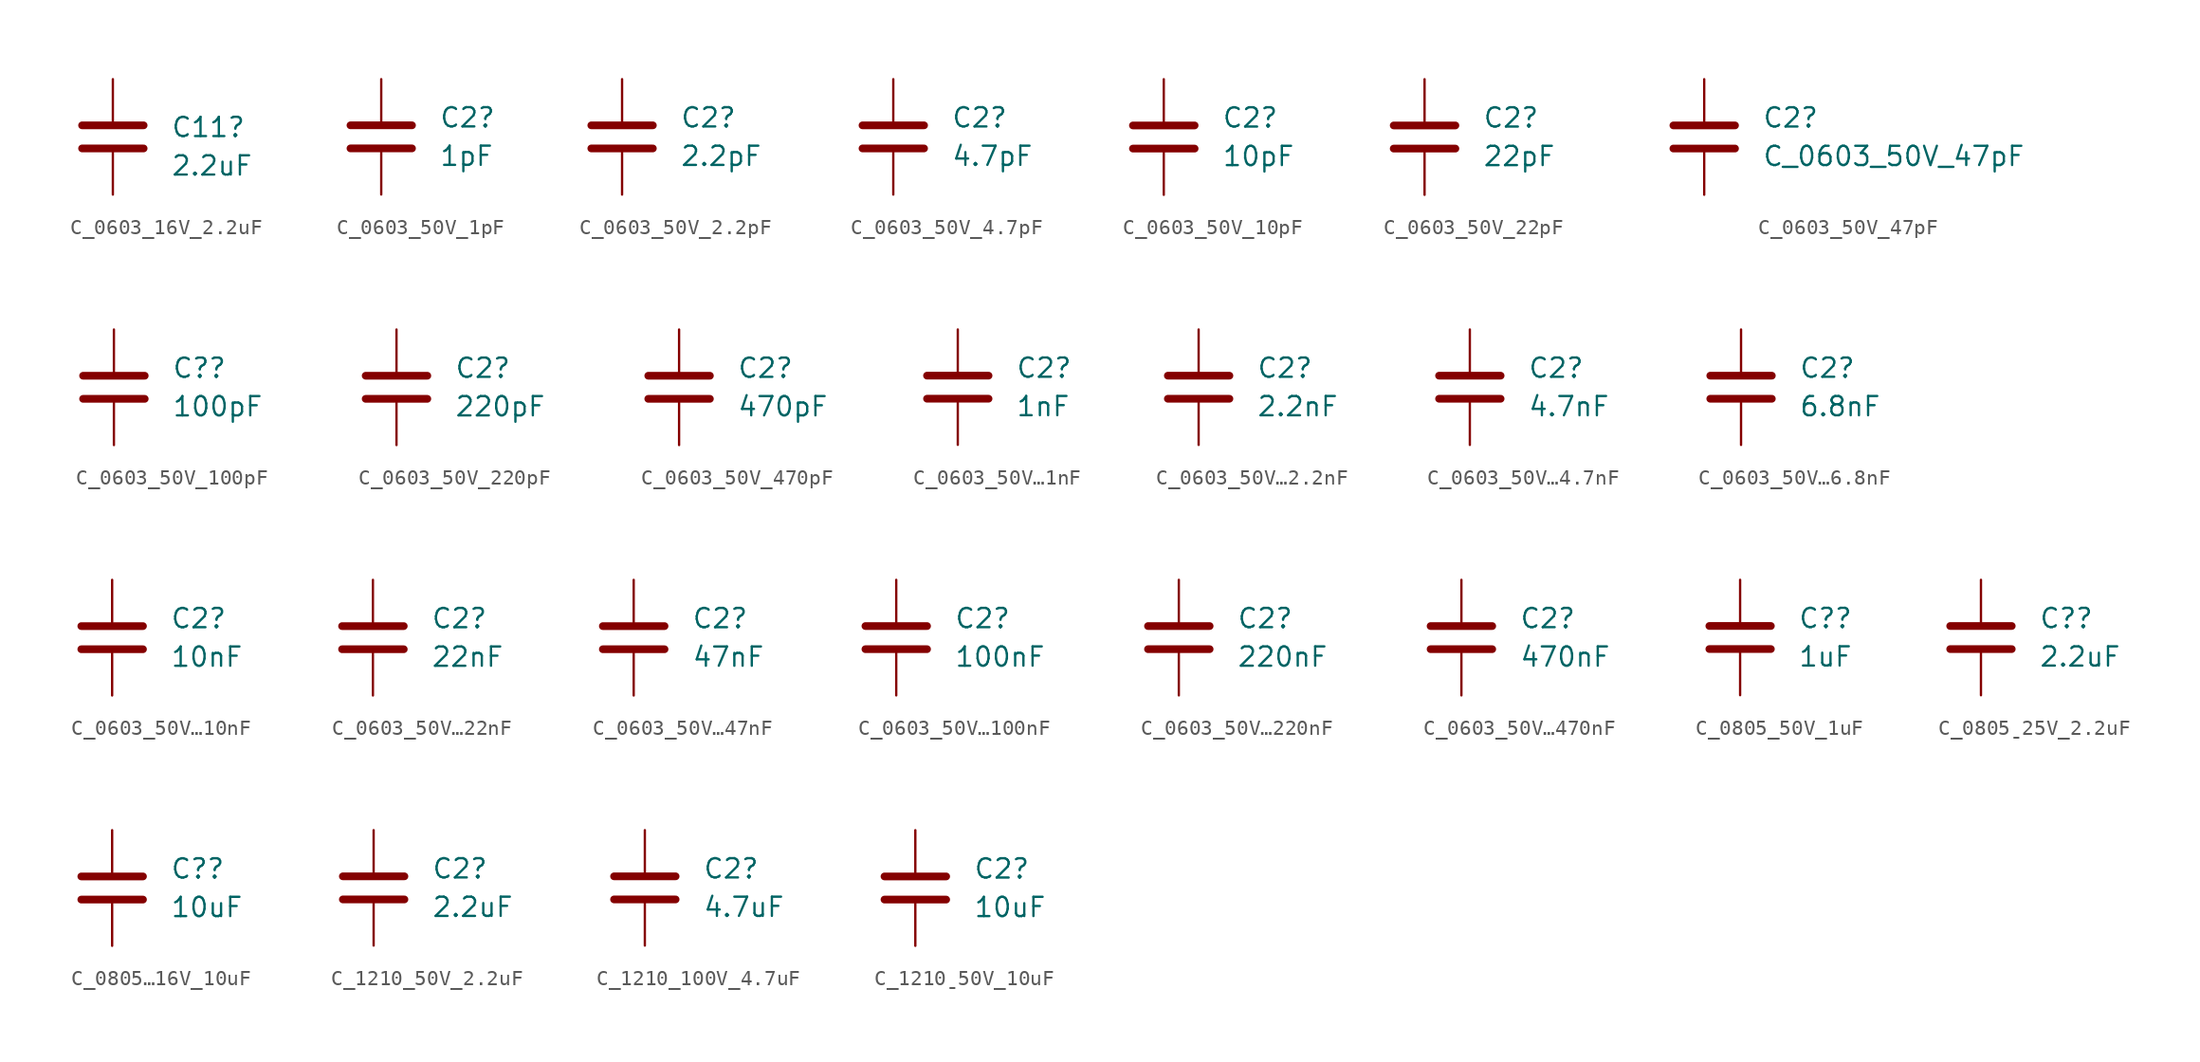
<source format=kicad_sym>
(kicad_symbol_lib
  (version 20231120)
  (generator "kicad_symbol_editor")
  (generator_version "8.0")
  (symbol "C_0603_16V_2.2uF"
    (pin_numbers hide)
    (pin_names
      (offset 0.254))
    (property "Reference" "C11"
      (at 3.81 0.635 0)
      (effects (font (size 1.27 1.27)) (justify left)))
    (property "Value" "2.2uF"
      (at 3.81 -1.905 0)
      (effects (font (size 1.27 1.27)) (justify left)))
    (symbol "C_0603_16V_2.2uF_0_1"
      (polyline (pts (xy -2.032 -0.762) (xy 2.032 -0.762)) (stroke (width 0.508) (type default)) (fill (type none)))
      (polyline (pts (xy -2.032 0.762) (xy 2.032 0.762)) (stroke (width 0.508) (type default)) (fill (type none))))
    (symbol "C_0603_16V_2.2uF_1_1"
      (pin passive line (at 0 3.81 270) (length 2.794) (name "~" (effects (font (size 1.27 1.27)))) (number "1" (effects (font (size 1.27 1.27)))))
      (pin passive line (at 0 -3.81 90) (length 2.794) (name "~" (effects (font (size 1.27 1.27)))) (number "2" (effects (font (size 1.27 1.27)))))))
  (symbol "C_0603_50V_1pF"
    (pin_numbers hide)
    (pin_names
      (offset 0.254))
    (property "Reference" "C2"
      (at 3.81 1.27 0)
      (effects (font (size 1.27 1.27)) (justify left)))
    (property "Value" "1pF"
      (at 3.81 -1.27 0)
      (effects (font (size 1.27 1.27)) (justify left)))
    (symbol "C_0603_50V_1pF_0_1"
      (polyline (pts (xy -2.032 -0.762) (xy 2.032 -0.762)) (stroke (width 0.508) (type default)) (fill (type none)))
      (polyline (pts (xy -2.032 0.762) (xy 2.032 0.762)) (stroke (width 0.508) (type default)) (fill (type none))))
    (symbol "C_0603_50V_1pF_1_1"
      (pin passive line (at 0 3.81 270) (length 2.794) (name "~" (effects (font (size 1.27 1.27)))) (number "1" (effects (font (size 1.27 1.27)))))
      (pin passive line (at 0 -3.81 90) (length 2.794) (name "~" (effects (font (size 1.27 1.27)))) (number "2" (effects (font (size 1.27 1.27)))))))
  (symbol "C_0603_50V_2.2pF"
    (pin_numbers hide)
    (pin_names
      (offset 0.254))
    (property "Reference" "C2"
      (at 3.81 1.27 0)
      (effects (font (size 1.27 1.27)) (justify left)))
    (property "Value" "2.2pF"
      (at 3.81 -1.27 0)
      (effects (font (size 1.27 1.27)) (justify left)))
    (symbol "C_0603_50V_2.2pF_0_1"
      (polyline (pts (xy -2.032 -0.762) (xy 2.032 -0.762)) (stroke (width 0.508) (type default)) (fill (type none)))
      (polyline (pts (xy -2.032 0.762) (xy 2.032 0.762)) (stroke (width 0.508) (type default)) (fill (type none))))
    (symbol "C_0603_50V_2.2pF_1_1"
      (pin passive line (at 0 3.81 270) (length 2.794) (name "~" (effects (font (size 1.27 1.27)))) (number "1" (effects (font (size 1.27 1.27)))))
      (pin passive line (at 0 -3.81 90) (length 2.794) (name "~" (effects (font (size 1.27 1.27)))) (number "2" (effects (font (size 1.27 1.27)))))))
  (symbol "C_0603_50V_4.7pF"
    (pin_numbers hide)
    (pin_names
      (offset 0.254))
    (property "Reference" "C2"
      (at 3.81 1.27 0)
      (effects (font (size 1.27 1.27)) (justify left)))
    (property "Value" "4.7pF"
      (at 3.81 -1.27 0)
      (effects (font (size 1.27 1.27)) (justify left)))
    (symbol "C_0603_50V_4.7pF_0_1"
      (polyline (pts (xy -2.032 -0.762) (xy 2.032 -0.762)) (stroke (width 0.508) (type default)) (fill (type none)))
      (polyline (pts (xy -2.032 0.762) (xy 2.032 0.762)) (stroke (width 0.508) (type default)) (fill (type none))))
    (symbol "C_0603_50V_4.7pF_1_1"
      (pin passive line (at 0 3.81 270) (length 2.794) (name "~" (effects (font (size 1.27 1.27)))) (number "1" (effects (font (size 1.27 1.27)))))
      (pin passive line (at 0 -3.81 90) (length 2.794) (name "~" (effects (font (size 1.27 1.27)))) (number "2" (effects (font (size 1.27 1.27)))))))
  (symbol "C_0603_50V_10pF"
    (pin_numbers hide)
    (pin_names
      (offset 0.254))
    (property "Reference" "C2"
      (at 3.81 1.27 0)
      (effects (font (size 1.27 1.27)) (justify left)))
    (property "Value" "10pF"
      (at 3.81 -1.27 0)
      (effects (font (size 1.27 1.27)) (justify left)))
    (symbol "C_0603_50V_10pF_0_1"
      (polyline (pts (xy -2.032 -0.762) (xy 2.032 -0.762)) (stroke (width 0.508) (type default)) (fill (type none)))
      (polyline (pts (xy -2.032 0.762) (xy 2.032 0.762)) (stroke (width 0.508) (type default)) (fill (type none))))
    (symbol "C_0603_50V_10pF_1_1"
      (pin passive line (at 0 3.81 270) (length 2.794) (name "~" (effects (font (size 1.27 1.27)))) (number "1" (effects (font (size 1.27 1.27)))))
      (pin passive line (at 0 -3.81 90) (length 2.794) (name "~" (effects (font (size 1.27 1.27)))) (number "2" (effects (font (size 1.27 1.27)))))))
  (symbol "C_0603_50V_22pF"
    (pin_numbers hide)
    (pin_names
      (offset 0.254))
    (property "Reference" "C2"
      (at 3.81 1.27 0)
      (effects (font (size 1.27 1.27)) (justify left)))
    (property "Value" "22pF"
      (at 3.81 -1.27 0)
      (effects (font (size 1.27 1.27)) (justify left)))
    (symbol "C_0603_50V_22pF_0_1"
      (polyline (pts (xy -2.032 -0.762) (xy 2.032 -0.762)) (stroke (width 0.508) (type default)) (fill (type none)))
      (polyline (pts (xy -2.032 0.762) (xy 2.032 0.762)) (stroke (width 0.508) (type default)) (fill (type none))))
    (symbol "C_0603_50V_22pF_1_1"
      (pin passive line (at 0 3.81 270) (length 2.794) (name "~" (effects (font (size 1.27 1.27)))) (number "1" (effects (font (size 1.27 1.27)))))
      (pin passive line (at 0 -3.81 90) (length 2.794) (name "~" (effects (font (size 1.27 1.27)))) (number "2" (effects (font (size 1.27 1.27)))))))
  (symbol "C_0603_50V_47pF"
    (pin_numbers hide)
    (pin_names
      (offset 0.254))
    (property "Reference" "C2"
      (at 3.81 1.27 0)
      (effects (font (size 1.27 1.27)) (justify left)))
    (property "Value" "C_0603_50V_47pF"
      (at 3.81 -1.27 0)
      (effects (font (size 1.27 1.27)) (justify left)))
    (symbol "C_0603_50V_47pF_0_1"
      (polyline (pts (xy -2.032 -0.762) (xy 2.032 -0.762)) (stroke (width 0.508) (type default)) (fill (type none)))
      (polyline (pts (xy -2.032 0.762) (xy 2.032 0.762)) (stroke (width 0.508) (type default)) (fill (type none))))
    (symbol "C_0603_50V_47pF_1_1"
      (pin passive line (at 0 3.81 270) (length 2.794) (name "~" (effects (font (size 1.27 1.27)))) (number "1" (effects (font (size 1.27 1.27)))))
      (pin passive line (at 0 -3.81 90) (length 2.794) (name "~" (effects (font (size 1.27 1.27)))) (number "2" (effects (font (size 1.27 1.27)))))))
  (symbol "C_0603_50V_100pF"
    (pin_numbers hide)
    (pin_names
      (offset 0.254))
    (property "Reference" "C?"
      (at 3.81 1.27 0)
      (effects (font (size 1.27 1.27)) (justify left)))
    (property "Value" "100pF"
      (at 3.81 -1.27 0)
      (effects (font (size 1.27 1.27)) (justify left)))
    (symbol "C_0603_50V_100pF_0_1"
      (polyline (pts (xy -2.032 -0.762) (xy 2.032 -0.762)) (stroke (width 0.508) (type default)) (fill (type none)))
      (polyline (pts (xy -2.032 0.762) (xy 2.032 0.762)) (stroke (width 0.508) (type default)) (fill (type none))))
    (symbol "C_0603_50V_100pF_1_1"
      (pin passive line (at 0 3.81 270) (length 2.794) (name "~" (effects (font (size 1.27 1.27)))) (number "1" (effects (font (size 1.27 1.27)))))
      (pin passive line (at 0 -3.81 90) (length 2.794) (name "~" (effects (font (size 1.27 1.27)))) (number "2" (effects (font (size 1.27 1.27)))))))
  (symbol "C_0603_50V_220pF"
    (pin_numbers hide)
    (pin_names
      (offset 0.254))
    (property "Reference" "C2"
      (at 3.81 1.27 0)
      (effects (font (size 1.27 1.27)) (justify left)))
    (property "Value" "220pF"
      (at 3.81 -1.27 0)
      (effects (font (size 1.27 1.27)) (justify left)))
    (symbol "C_0603_50V_220pF_0_1"
      (polyline (pts (xy -2.032 -0.762) (xy 2.032 -0.762)) (stroke (width 0.508) (type default)) (fill (type none)))
      (polyline (pts (xy -2.032 0.762) (xy 2.032 0.762)) (stroke (width 0.508) (type default)) (fill (type none))))
    (symbol "C_0603_50V_220pF_1_1"
      (pin passive line (at 0 3.81 270) (length 2.794) (name "~" (effects (font (size 1.27 1.27)))) (number "1" (effects (font (size 1.27 1.27)))))
      (pin passive line (at 0 -3.81 90) (length 2.794) (name "~" (effects (font (size 1.27 1.27)))) (number "2" (effects (font (size 1.27 1.27)))))))
  (symbol "C_0603_50V_470pF"
    (pin_numbers hide)
    (pin_names
      (offset 0.254))
    (property "Reference" "C2"
      (at 3.81 1.27 0)
      (effects (font (size 1.27 1.27)) (justify left)))
    (property "Value" "470pF"
      (at 3.81 -1.27 0)
      (effects (font (size 1.27 1.27)) (justify left)))
    (symbol "C_0603_50V_470pF_0_1"
      (polyline (pts (xy -2.032 -0.762) (xy 2.032 -0.762)) (stroke (width 0.508) (type default)) (fill (type none)))
      (polyline (pts (xy -2.032 0.762) (xy 2.032 0.762)) (stroke (width 0.508) (type default)) (fill (type none))))
    (symbol "C_0603_50V_470pF_1_1"
      (pin passive line (at 0 3.81 270) (length 2.794) (name "~" (effects (font (size 1.27 1.27)))) (number "1" (effects (font (size 1.27 1.27)))))
      (pin passive line (at 0 -3.81 90) (length 2.794) (name "~" (effects (font (size 1.27 1.27)))) (number "2" (effects (font (size 1.27 1.27)))))))
  (symbol "C_0603_50V…1nF"
    (pin_numbers hide)
    (pin_names
      (offset 0.254))
    (property "Reference" "C2"
      (at 3.81 1.27 0)
      (effects (font (size 1.27 1.27)) (justify left)))
    (property "Value" "1nF"
      (at 3.81 -1.27 0)
      (effects (font (size 1.27 1.27)) (justify left)))
    (symbol "C_0603_50V…1nF_0_1"
      (polyline (pts (xy -2.032 -0.762) (xy 2.032 -0.762)) (stroke (width 0.508) (type default)) (fill (type none)))
      (polyline (pts (xy -2.032 0.762) (xy 2.032 0.762)) (stroke (width 0.508) (type default)) (fill (type none))))
    (symbol "C_0603_50V…1nF_1_1"
      (pin passive line (at 0 3.81 270) (length 2.794) (name "~" (effects (font (size 1.27 1.27)))) (number "1" (effects (font (size 1.27 1.27)))))
      (pin passive line (at 0 -3.81 90) (length 2.794) (name "~" (effects (font (size 1.27 1.27)))) (number "2" (effects (font (size 1.27 1.27)))))))
  (symbol "C_0603_50V…2.2nF"
    (pin_numbers hide)
    (pin_names
      (offset 0.254))
    (property "Reference" "C2"
      (at 3.81 1.27 0)
      (effects (font (size 1.27 1.27)) (justify left)))
    (property "Value" "2.2nF"
      (at 3.81 -1.27 0)
      (effects (font (size 1.27 1.27)) (justify left)))
    (symbol "C_0603_50V…2.2nF_0_1"
      (polyline (pts (xy -2.032 -0.762) (xy 2.032 -0.762)) (stroke (width 0.508) (type default)) (fill (type none)))
      (polyline (pts (xy -2.032 0.762) (xy 2.032 0.762)) (stroke (width 0.508) (type default)) (fill (type none))))
    (symbol "C_0603_50V…2.2nF_1_1"
      (pin passive line (at 0 3.81 270) (length 2.794) (name "~" (effects (font (size 1.27 1.27)))) (number "1" (effects (font (size 1.27 1.27)))))
      (pin passive line (at 0 -3.81 90) (length 2.794) (name "~" (effects (font (size 1.27 1.27)))) (number "2" (effects (font (size 1.27 1.27)))))))
  (symbol "C_0603_50V…4.7nF"
    (pin_numbers hide)
    (pin_names
      (offset 0.254))
    (property "Reference" "C2"
      (at 3.81 1.27 0)
      (effects (font (size 1.27 1.27)) (justify left)))
    (property "Value" "4.7nF"
      (at 3.81 -1.27 0)
      (effects (font (size 1.27 1.27)) (justify left)))
    (symbol "C_0603_50V…4.7nF_0_1"
      (polyline (pts (xy -2.032 -0.762) (xy 2.032 -0.762)) (stroke (width 0.508) (type default)) (fill (type none)))
      (polyline (pts (xy -2.032 0.762) (xy 2.032 0.762)) (stroke (width 0.508) (type default)) (fill (type none))))
    (symbol "C_0603_50V…4.7nF_1_1"
      (pin passive line (at 0 3.81 270) (length 2.794) (name "~" (effects (font (size 1.27 1.27)))) (number "1" (effects (font (size 1.27 1.27)))))
      (pin passive line (at 0 -3.81 90) (length 2.794) (name "~" (effects (font (size 1.27 1.27)))) (number "2" (effects (font (size 1.27 1.27)))))))
  (symbol "C_0603_50V…6.8nF"
    (pin_numbers hide)
    (pin_names
      (offset 0.254))
    (property "Reference" "C2"
      (at 3.81 1.27 0)
      (effects (font (size 1.27 1.27)) (justify left)))
    (property "Value" "6.8nF"
      (at 3.81 -1.27 0)
      (effects (font (size 1.27 1.27)) (justify left)))
    (symbol "C_0603_50V…6.8nF_0_1"
      (polyline (pts (xy -2.032 -0.762) (xy 2.032 -0.762)) (stroke (width 0.508) (type default)) (fill (type none)))
      (polyline (pts (xy -2.032 0.762) (xy 2.032 0.762)) (stroke (width 0.508) (type default)) (fill (type none))))
    (symbol "C_0603_50V…6.8nF_1_1"
      (pin passive line (at 0 3.81 270) (length 2.794) (name "~" (effects (font (size 1.27 1.27)))) (number "1" (effects (font (size 1.27 1.27)))))
      (pin passive line (at 0 -3.81 90) (length 2.794) (name "~" (effects (font (size 1.27 1.27)))) (number "2" (effects (font (size 1.27 1.27)))))))
  (symbol "C_0603_50V…10nF"
    (pin_numbers hide)
    (pin_names
      (offset 0.254))
    (property "Reference" "C2"
      (at 3.81 1.27 0)
      (effects (font (size 1.27 1.27)) (justify left)))
    (property "Value" "10nF"
      (at 3.81 -1.27 0)
      (effects (font (size 1.27 1.27)) (justify left)))
    (symbol "C_0603_50V…10nF_0_1"
      (polyline (pts (xy -2.032 -0.762) (xy 2.032 -0.762)) (stroke (width 0.508) (type default)) (fill (type none)))
      (polyline (pts (xy -2.032 0.762) (xy 2.032 0.762)) (stroke (width 0.508) (type default)) (fill (type none))))
    (symbol "C_0603_50V…10nF_1_1"
      (pin passive line (at 0 3.81 270) (length 2.794) (name "~" (effects (font (size 1.27 1.27)))) (number "1" (effects (font (size 1.27 1.27)))))
      (pin passive line (at 0 -3.81 90) (length 2.794) (name "~" (effects (font (size 1.27 1.27)))) (number "2" (effects (font (size 1.27 1.27)))))))
  (symbol "C_0603_50V…22nF"
    (pin_numbers hide)
    (pin_names
      (offset 0.254))
    (property "Reference" "C2"
      (at 3.81 1.27 0)
      (effects (font (size 1.27 1.27)) (justify left)))
    (property "Value" "22nF"
      (at 3.81 -1.27 0)
      (effects (font (size 1.27 1.27)) (justify left)))
    (symbol "C_0603_50V…22nF_0_1"
      (polyline (pts (xy -2.032 -0.762) (xy 2.032 -0.762)) (stroke (width 0.508) (type default)) (fill (type none)))
      (polyline (pts (xy -2.032 0.762) (xy 2.032 0.762)) (stroke (width 0.508) (type default)) (fill (type none))))
    (symbol "C_0603_50V…22nF_1_1"
      (pin passive line (at 0 3.81 270) (length 2.794) (name "~" (effects (font (size 1.27 1.27)))) (number "1" (effects (font (size 1.27 1.27)))))
      (pin passive line (at 0 -3.81 90) (length 2.794) (name "~" (effects (font (size 1.27 1.27)))) (number "2" (effects (font (size 1.27 1.27)))))))
  (symbol "C_0603_50V…47nF"
    (pin_numbers hide)
    (pin_names
      (offset 0.254))
    (property "Reference" "C2"
      (at 3.81 1.27 0)
      (effects (font (size 1.27 1.27)) (justify left)))
    (property "Value" "47nF"
      (at 3.81 -1.27 0)
      (effects (font (size 1.27 1.27)) (justify left)))
    (symbol "C_0603_50V…47nF_0_1"
      (polyline (pts (xy -2.032 -0.762) (xy 2.032 -0.762)) (stroke (width 0.508) (type default)) (fill (type none)))
      (polyline (pts (xy -2.032 0.762) (xy 2.032 0.762)) (stroke (width 0.508) (type default)) (fill (type none))))
    (symbol "C_0603_50V…47nF_1_1"
      (pin passive line (at 0 3.81 270) (length 2.794) (name "~" (effects (font (size 1.27 1.27)))) (number "1" (effects (font (size 1.27 1.27)))))
      (pin passive line (at 0 -3.81 90) (length 2.794) (name "~" (effects (font (size 1.27 1.27)))) (number "2" (effects (font (size 1.27 1.27)))))))
  (symbol "C_0603_50V…100nF"
    (pin_numbers hide)
    (pin_names
      (offset 0.254))
    (property "Reference" "C2"
      (at 3.81 1.27 0)
      (effects (font (size 1.27 1.27)) (justify left)))
    (property "Value" "100nF"
      (at 3.81 -1.27 0)
      (effects (font (size 1.27 1.27)) (justify left)))
    (symbol "C_0603_50V…100nF_0_1"
      (polyline (pts (xy -2.032 -0.762) (xy 2.032 -0.762)) (stroke (width 0.508) (type default)) (fill (type none)))
      (polyline (pts (xy -2.032 0.762) (xy 2.032 0.762)) (stroke (width 0.508) (type default)) (fill (type none))))
    (symbol "C_0603_50V…100nF_1_1"
      (pin passive line (at 0 3.81 270) (length 2.794) (name "~" (effects (font (size 1.27 1.27)))) (number "1" (effects (font (size 1.27 1.27)))))
      (pin passive line (at 0 -3.81 90) (length 2.794) (name "~" (effects (font (size 1.27 1.27)))) (number "2" (effects (font (size 1.27 1.27)))))))
  (symbol "C_0603_50V…220nF"
    (pin_numbers hide)
    (pin_names
      (offset 0.254))
    (property "Reference" "C2"
      (at 3.81 1.27 0)
      (effects (font (size 1.27 1.27)) (justify left)))
    (property "Value" "220nF"
      (at 3.81 -1.27 0)
      (effects (font (size 1.27 1.27)) (justify left)))
    (symbol "C_0603_50V…220nF_0_1"
      (polyline (pts (xy -2.032 -0.762) (xy 2.032 -0.762)) (stroke (width 0.508) (type default)) (fill (type none)))
      (polyline (pts (xy -2.032 0.762) (xy 2.032 0.762)) (stroke (width 0.508) (type default)) (fill (type none))))
    (symbol "C_0603_50V…220nF_1_1"
      (pin passive line (at 0 3.81 270) (length 2.794) (name "~" (effects (font (size 1.27 1.27)))) (number "1" (effects (font (size 1.27 1.27)))))
      (pin passive line (at 0 -3.81 90) (length 2.794) (name "~" (effects (font (size 1.27 1.27)))) (number "2" (effects (font (size 1.27 1.27)))))))
  (symbol "C_0603_50V…470nF"
    (pin_numbers hide)
    (pin_names
      (offset 0.254))
    (property "Reference" "C2"
      (at 3.81 1.27 0)
      (effects (font (size 1.27 1.27)) (justify left)))
    (property "Value" "470nF"
      (at 3.81 -1.27 0)
      (effects (font (size 1.27 1.27)) (justify left)))
    (symbol "C_0603_50V…470nF_0_1"
      (polyline (pts (xy -2.032 -0.762) (xy 2.032 -0.762)) (stroke (width 0.508) (type default)) (fill (type none)))
      (polyline (pts (xy -2.032 0.762) (xy 2.032 0.762)) (stroke (width 0.508) (type default)) (fill (type none))))
    (symbol "C_0603_50V…470nF_1_1"
      (pin passive line (at 0 3.81 270) (length 2.794) (name "~" (effects (font (size 1.27 1.27)))) (number "1" (effects (font (size 1.27 1.27)))))
      (pin passive line (at 0 -3.81 90) (length 2.794) (name "~" (effects (font (size 1.27 1.27)))) (number "2" (effects (font (size 1.27 1.27)))))))
  (symbol "C_0805_50V_1uF"
    (pin_numbers hide)
    (pin_names
      (offset 0.254))
    (property "Reference" "C?"
      (at 3.81 1.27 0)
      (effects (font (size 1.27 1.27)) (justify left)))
    (property "Value" "1uF"
      (at 3.81 -1.27 0)
      (effects (font (size 1.27 1.27)) (justify left)))
    (symbol "C_0805_50V_1uF_0_1"
      (polyline (pts (xy -2.032 -0.762) (xy 2.032 -0.762)) (stroke (width 0.508) (type default)) (fill (type none)))
      (polyline (pts (xy -2.032 0.762) (xy 2.032 0.762)) (stroke (width 0.508) (type default)) (fill (type none))))
    (symbol "C_0805_50V_1uF_1_1"
      (pin passive line (at 0 3.81 270) (length 2.794) (name "~" (effects (font (size 1.27 1.27)))) (number "1" (effects (font (size 1.27 1.27)))))
      (pin passive line (at 0 -3.81 90) (length 2.794) (name "~" (effects (font (size 1.27 1.27)))) (number "2" (effects (font (size 1.27 1.27)))))))
  (symbol "C_0805ˍ25V_2.2uF"
    (pin_numbers hide)
    (pin_names
      (offset 0.254))
    (property "Reference" "C?"
      (at 3.81 1.27 0)
      (effects (font (size 1.27 1.27)) (justify left)))
    (property "Value" "2.2uF"
      (at 3.81 -1.27 0)
      (effects (font (size 1.27 1.27)) (justify left)))
    (symbol "C_0805ˍ25V_2.2uF_0_1"
      (polyline (pts (xy -2.032 -0.762) (xy 2.032 -0.762)) (stroke (width 0.508) (type default)) (fill (type none)))
      (polyline (pts (xy -2.032 0.762) (xy 2.032 0.762)) (stroke (width 0.508) (type default)) (fill (type none))))
    (symbol "C_0805ˍ25V_2.2uF_1_1"
      (pin passive line (at 0 3.81 270) (length 2.794) (name "~" (effects (font (size 1.27 1.27)))) (number "1" (effects (font (size 1.27 1.27)))))
      (pin passive line (at 0 -3.81 90) (length 2.794) (name "~" (effects (font (size 1.27 1.27)))) (number "2" (effects (font (size 1.27 1.27)))))))
  (symbol "C_0805…16V_10uF"
    (pin_numbers hide)
    (pin_names
      (offset 0.254))
    (property "Reference" "C?"
      (at 3.81 1.27 0)
      (effects (font (size 1.27 1.27)) (justify left)))
    (property "Value" "10uF"
      (at 3.81 -1.27 0)
      (effects (font (size 1.27 1.27)) (justify left)))
    (symbol "C_0805…16V_10uF_0_1"
      (polyline (pts (xy -2.032 -0.762) (xy 2.032 -0.762)) (stroke (width 0.508) (type default)) (fill (type none)))
      (polyline (pts (xy -2.032 0.762) (xy 2.032 0.762)) (stroke (width 0.508) (type default)) (fill (type none))))
    (symbol "C_0805…16V_10uF_1_1"
      (pin passive line (at 0 3.81 270) (length 2.794) (name "~" (effects (font (size 1.27 1.27)))) (number "1" (effects (font (size 1.27 1.27)))))
      (pin passive line (at 0 -3.81 90) (length 2.794) (name "~" (effects (font (size 1.27 1.27)))) (number "2" (effects (font (size 1.27 1.27)))))))
  (symbol "C_1210_50V_2.2uF"
    (pin_numbers hide)
    (pin_names
      (offset 0.254))
    (property "Reference" "C2"
      (at 3.81 1.27 0)
      (effects (font (size 1.27 1.27)) (justify left)))
    (property "Value" "2.2uF"
      (at 3.81 -1.27 0)
      (effects (font (size 1.27 1.27)) (justify left)))
    (symbol "C_1210_50V_2.2uF_0_1"
      (polyline (pts (xy -2.032 -0.762) (xy 2.032 -0.762)) (stroke (width 0.508) (type default)) (fill (type none)))
      (polyline (pts (xy -2.032 0.762) (xy 2.032 0.762)) (stroke (width 0.508) (type default)) (fill (type none))))
    (symbol "C_1210_50V_2.2uF_1_1"
      (pin passive line (at 0 3.81 270) (length 2.794) (name "~" (effects (font (size 1.27 1.27)))) (number "1" (effects (font (size 1.27 1.27)))))
      (pin passive line (at 0 -3.81 90) (length 2.794) (name "~" (effects (font (size 1.27 1.27)))) (number "2" (effects (font (size 1.27 1.27)))))))
  (symbol "C_1210_100V_4.7uF"
    (pin_numbers hide)
    (pin_names
      (offset 0.254))
    (property "Reference" "C2"
      (at 3.81 1.27 0)
      (effects (font (size 1.27 1.27)) (justify left)))
    (property "Value" "4.7uF"
      (at 3.81 -1.27 0)
      (effects (font (size 1.27 1.27)) (justify left)))
    (symbol "C_1210_100V_4.7uF_0_1"
      (polyline (pts (xy -2.032 -0.762) (xy 2.032 -0.762)) (stroke (width 0.508) (type default)) (fill (type none)))
      (polyline (pts (xy -2.032 0.762) (xy 2.032 0.762)) (stroke (width 0.508) (type default)) (fill (type none))))
    (symbol "C_1210_100V_4.7uF_1_1"
      (pin passive line (at 0 3.81 270) (length 2.794) (name "~" (effects (font (size 1.27 1.27)))) (number "1" (effects (font (size 1.27 1.27)))))
      (pin passive line (at 0 -3.81 90) (length 2.794) (name "~" (effects (font (size 1.27 1.27)))) (number "2" (effects (font (size 1.27 1.27)))))))
  (symbol "C_1210ˍ50V_10uF"
    (pin_numbers hide)
    (pin_names
      (offset 0.254))
    (property "Reference" "C2"
      (at 3.81 1.27 0)
      (effects (font (size 1.27 1.27)) (justify left)))
    (property "Value" "10uF"
      (at 3.81 -1.27 0)
      (effects (font (size 1.27 1.27)) (justify left)))
    (symbol "C_1210ˍ50V_10uF_0_1"
      (polyline (pts (xy -2.032 -0.762) (xy 2.032 -0.762)) (stroke (width 0.508) (type default)) (fill (type none)))
      (polyline (pts (xy -2.032 0.762) (xy 2.032 0.762)) (stroke (width 0.508) (type default)) (fill (type none))))
    (symbol "C_1210ˍ50V_10uF_1_1"
      (pin passive line (at 0 3.81 270) (length 2.794) (name "~" (effects (font (size 1.27 1.27)))) (number "1" (effects (font (size 1.27 1.27)))))
      (pin passive line (at 0 -3.81 90) (length 2.794) (name "~" (effects (font (size 1.27 1.27)))) (number "2" (effects (font (size 1.27 1.27))))))))
</source>
